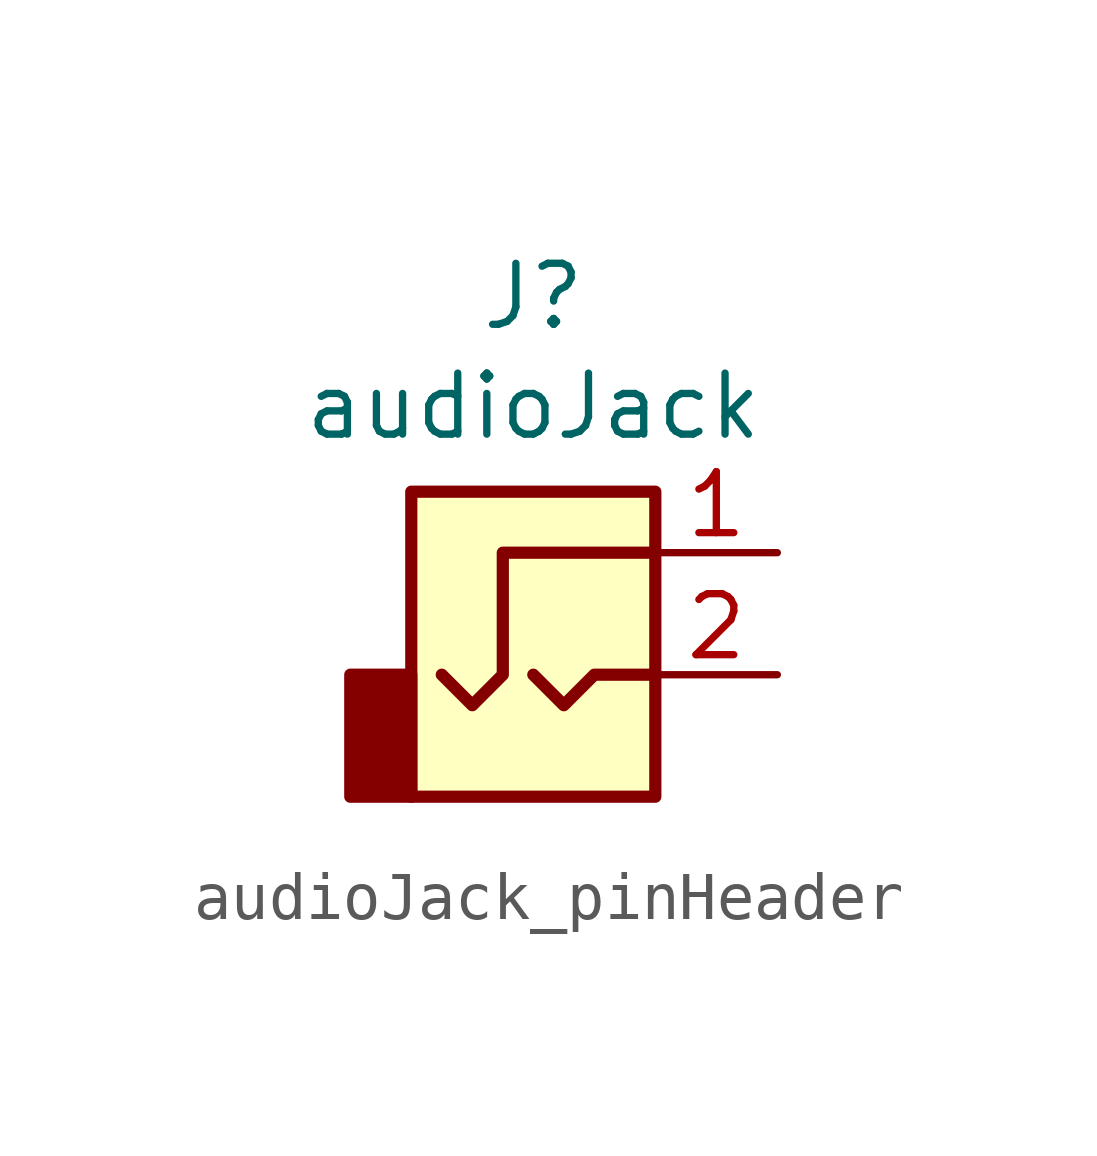
<source format=kicad_sym>
(kicad_symbol_lib
  (version 20231120)
  (generator "kicad_symbol_editor")
  (generator_version "8.0")
  (symbol "audioJack_pinHeader"
    (property "Reference" "J"
      (at 0 5.334 0)
      (effects (font (size 1.27 1.27))))
    (property "Value" "audioJack"
      (at 0 3.048 0)
      (effects (font (size 1.27 1.27))))
    (symbol "audioJack_pinHeader_0_1"
      (rectangle (start -3.81 -2.54) (end -2.54 -5.08) (stroke (width 0.254) (type default)) (fill (type outline)))
      (rectangle (start -2.54 1.27) (end 2.54 -5.08) (stroke (width 0.254) (type default)) (fill (type background)))
      (polyline (pts (xy 0 -2.54) (xy 0.635 -3.175) (xy 1.27 -2.54) (xy 2.54 -2.54)) (stroke (width 0.254) (type default)) (fill (type none)))
      (polyline (pts (xy 2.54 0) (xy -0.635 0) (xy -0.635 -2.54) (xy -1.27 -3.175) (xy -1.905 -2.54)) (stroke (width 0.254) (type default)) (fill (type none))))
    (symbol "audioJack_pinHeader_1_1"
      (pin passive line (at 5.08 0 180) (length 2.54) (name "~" (effects (font (size 1.27 1.27)))) (number "1" (effects (font (size 1.27 1.27)))))
      (pin passive line (at 5.08 -2.54 180) (length 2.54) (name "~" (effects (font (size 1.27 1.27)))) (number "2" (effects (font (size 1.27 1.27))))))))
</source>
